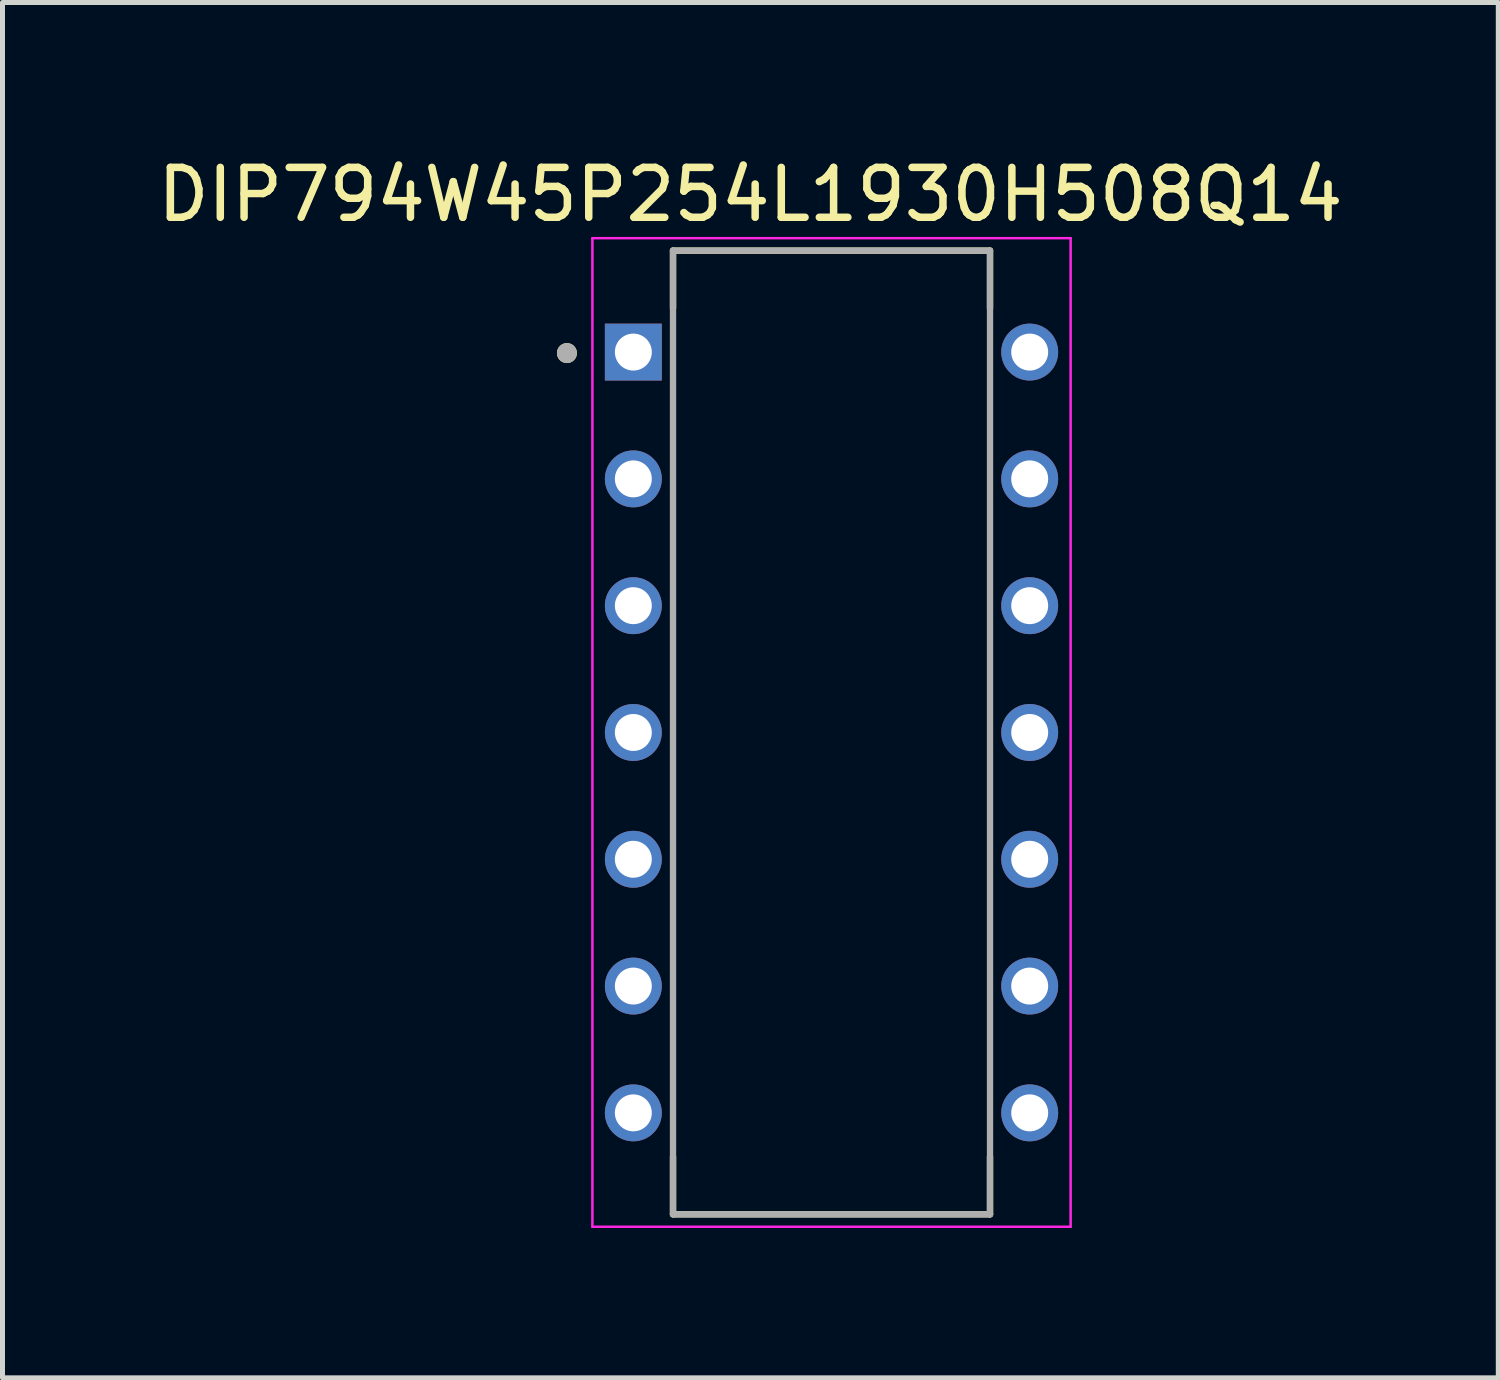
<source format=kicad_pcb>
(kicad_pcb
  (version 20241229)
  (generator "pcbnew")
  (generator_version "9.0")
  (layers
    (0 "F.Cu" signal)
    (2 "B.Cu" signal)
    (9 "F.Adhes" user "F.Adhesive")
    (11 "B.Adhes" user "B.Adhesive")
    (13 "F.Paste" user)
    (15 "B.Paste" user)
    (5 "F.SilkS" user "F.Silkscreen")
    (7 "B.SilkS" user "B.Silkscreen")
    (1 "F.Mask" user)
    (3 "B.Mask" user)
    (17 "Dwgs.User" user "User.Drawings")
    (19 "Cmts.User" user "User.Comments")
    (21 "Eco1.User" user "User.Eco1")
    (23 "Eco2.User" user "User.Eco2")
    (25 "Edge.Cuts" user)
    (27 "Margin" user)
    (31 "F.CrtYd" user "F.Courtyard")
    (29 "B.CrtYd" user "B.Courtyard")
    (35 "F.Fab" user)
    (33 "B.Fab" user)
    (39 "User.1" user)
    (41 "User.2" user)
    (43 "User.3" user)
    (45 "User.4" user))
  (footprint "DIP794W45P254L1930H508Q14"
    (layer "F.Cu")
    (at 13.607 11.623)
    (property "Reference" "DIP794W45P254L1930H508Q14" (at -1.625 -10.775 0) (layer "F.SilkS") (effects (font (size 1 1) (thickness 0.15))))
    (attr through_hole)
    (fp_line (start -3.175 -9.652) (end 3.175 -9.652) (stroke (width 0.127) (type solid)) (layer "F.SilkS"))
    (fp_line (start -3.175 -8.5) (end -3.175 -9.652) (stroke (width 0.127) (type solid)) (layer "F.SilkS"))
    (fp_line (start -3.175 8.5) (end -3.175 9.652) (stroke (width 0.127) (type solid)) (layer "F.SilkS"))
    (fp_line (start -3.175 9.652) (end 3.175 9.652) (stroke (width 0.127) (type solid)) (layer "F.SilkS"))
    (fp_line (start 3.175 -9.652) (end 3.175 -8.5) (stroke (width 0.127) (type solid)) (layer "F.SilkS"))
    (fp_line (start 3.175 9.652) (end 3.175 8.5) (stroke (width 0.127) (type solid)) (layer "F.SilkS"))
    (fp_circle (center -5.3 -7.6) (end -5.2 -7.6) (stroke (width 0.2) (type solid)) (fill no) (layer "F.SilkS"))
    (fp_line (start -4.79 -9.902) (end -4.79 9.902) (stroke (width 0.05) (type solid)) (layer "F.CrtYd"))
    (fp_line (start -4.79 9.902) (end 4.79 9.902) (stroke (width 0.05) (type solid)) (layer "F.CrtYd"))
    (fp_line (start 4.79 -9.902) (end -4.79 -9.902) (stroke (width 0.05) (type solid)) (layer "F.CrtYd"))
    (fp_line (start 4.79 9.902) (end 4.79 -9.902) (stroke (width 0.05) (type solid)) (layer "F.CrtYd"))
    (fp_line (start -3.175 -9.652) (end -3.175 9.652) (stroke (width 0.127) (type solid)) (layer "F.Fab"))
    (fp_line (start -3.175 9.652) (end 3.175 9.652) (stroke (width 0.127) (type solid)) (layer "F.Fab"))
    (fp_line (start 3.175 -9.652) (end -3.175 -9.652) (stroke (width 0.127) (type solid)) (layer "F.Fab"))
    (fp_line (start 3.175 9.652) (end 3.175 -9.652) (stroke (width 0.127) (type solid)) (layer "F.Fab"))
    (fp_circle (center -5.3 -7.6) (end -5.2 -7.6) (stroke (width 0.2) (type solid)) (fill no) (layer "F.Fab"))
    (pad "1" thru_hole rect (at -3.97 -7.62) (size 1.14 1.14) (drill 0.74) (layers "*.Cu" "*.Mask"))
    (pad "2" thru_hole circle (at -3.97 -5.08) (size 1.14 1.14) (drill 0.74) (layers "*.Cu" "*.Mask"))
    (pad "3" thru_hole circle (at -3.97 -2.54) (size 1.14 1.14) (drill 0.74) (layers "*.Cu" "*.Mask"))
    (pad "4" thru_hole circle (at -3.97 0) (size 1.14 1.14) (drill 0.74) (layers "*.Cu" "*.Mask"))
    (pad "5" thru_hole circle (at -3.97 2.54) (size 1.14 1.14) (drill 0.74) (layers "*.Cu" "*.Mask"))
    (pad "6" thru_hole circle (at -3.97 5.08) (size 1.14 1.14) (drill 0.74) (layers "*.Cu" "*.Mask"))
    (pad "7" thru_hole circle (at -3.97 7.62) (size 1.14 1.14) (drill 0.74) (layers "*.Cu" "*.Mask"))
    (pad "8" thru_hole circle (at 3.97 7.62) (size 1.14 1.14) (drill 0.74) (layers "*.Cu" "*.Mask"))
    (pad "9" thru_hole circle (at 3.97 5.08) (size 1.14 1.14) (drill 0.74) (layers "*.Cu" "*.Mask"))
    (pad "10" thru_hole circle (at 3.97 2.54) (size 1.14 1.14) (drill 0.74) (layers "*.Cu" "*.Mask"))
    (pad "11" thru_hole circle (at 3.97 0) (size 1.14 1.14) (drill 0.74) (layers "*.Cu" "*.Mask"))
    (pad "12" thru_hole circle (at 3.97 -2.54) (size 1.14 1.14) (drill 0.74) (layers "*.Cu" "*.Mask"))
    (pad "13" thru_hole circle (at 3.97 -5.08) (size 1.14 1.14) (drill 0.74) (layers "*.Cu" "*.Mask"))
    (pad "14" thru_hole circle (at 3.97 -7.62) (size 1.14 1.14) (drill 0.74) (layers "*.Cu" "*.Mask")))
  (gr_rect
    (start -3 -3)
    (end 26.964 24.551)
    (stroke (width 0.1) (type default))
    (fill no)
    (layer "Edge.Cuts")))
</source>
